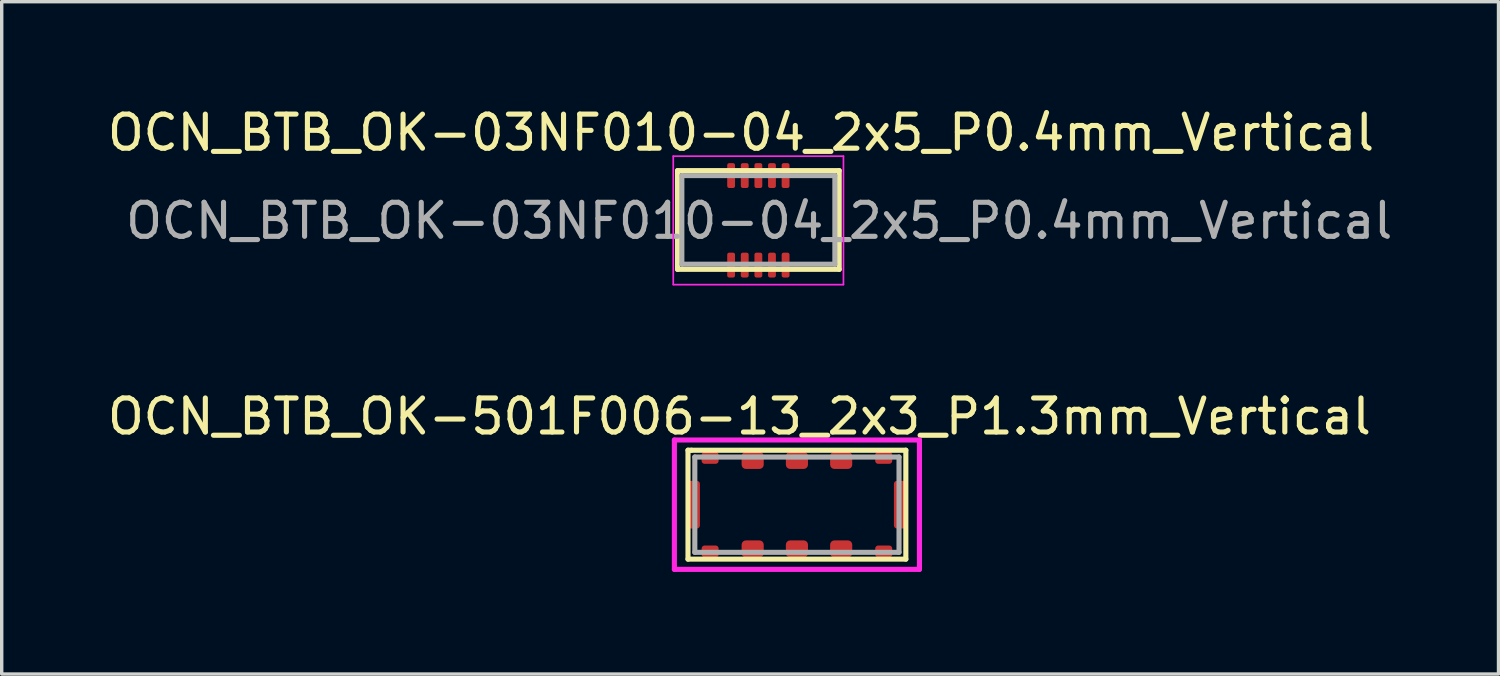
<source format=kicad_pcb>
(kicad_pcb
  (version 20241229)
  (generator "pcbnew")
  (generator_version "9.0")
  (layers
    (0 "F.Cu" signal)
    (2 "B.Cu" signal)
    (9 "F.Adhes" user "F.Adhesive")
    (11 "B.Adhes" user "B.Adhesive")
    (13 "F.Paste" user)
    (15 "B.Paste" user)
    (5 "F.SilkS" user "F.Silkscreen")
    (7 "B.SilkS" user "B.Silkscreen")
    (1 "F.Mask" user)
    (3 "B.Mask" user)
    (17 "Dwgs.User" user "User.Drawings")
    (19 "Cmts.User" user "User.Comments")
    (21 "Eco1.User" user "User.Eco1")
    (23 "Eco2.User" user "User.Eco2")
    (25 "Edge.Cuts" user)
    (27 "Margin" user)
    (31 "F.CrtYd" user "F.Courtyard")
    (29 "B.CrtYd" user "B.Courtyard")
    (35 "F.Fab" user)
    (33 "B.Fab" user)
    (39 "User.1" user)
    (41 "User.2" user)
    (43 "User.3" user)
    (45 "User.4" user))
  (footprint "OCN_BTB_OK-501F006-13_2x3_P1.3mm_Vertical"
    (layer "F.Cu")
    (at 20.363 11.777)
    (property "Reference" "OCN_BTB_OK-501F006-13_2x3_P1.3mm_Vertical" (at -1.69 -2.59 0) (layer "F.SilkS") (effects (font (size 1 1) (thickness 0.15))))
    (attr smd)
    (fp_line (start -3.2 -1.6) (end -3.1 -1.6) (stroke (width 0.15) (type solid)) (layer "F.SilkS"))
    (fp_line (start -3.2 1.6) (end -3.2 -1.6) (stroke (width 0.15) (type solid)) (layer "F.SilkS"))
    (fp_line (start -3.1 -1.6) (end 3.2 -1.6) (stroke (width 0.15) (type solid)) (layer "F.SilkS"))
    (fp_line (start 3.2 -1.6) (end 3.2 1.6) (stroke (width 0.15) (type solid)) (layer "F.SilkS"))
    (fp_line (start 3.2 1.6) (end -3.2 1.6) (stroke (width 0.15) (type solid)) (layer "F.SilkS"))
    (fp_line (start -3.6 -1.9) (end 3.6 -1.9) (stroke (width 0.15) (type solid)) (layer "F.CrtYd"))
    (fp_line (start -3.6 1.9) (end -3.6 -1.9) (stroke (width 0.15) (type solid)) (layer "F.CrtYd"))
    (fp_line (start 3.6 -1.9) (end 3.6 1.9) (stroke (width 0.15) (type solid)) (layer "F.CrtYd"))
    (fp_line (start 3.6 1.9) (end -3.6 1.9) (stroke (width 0.15) (type solid)) (layer "F.CrtYd"))
    (fp_line (start -3 -1.4) (end -3 1.4) (stroke (width 0.15) (type solid)) (layer "F.Fab"))
    (fp_line (start 3 -1.4) (end -3 -1.4) (stroke (width 0.15) (type solid)) (layer "F.Fab"))
    (fp_line (start 3 -1.4) (end 3 1.4) (stroke (width 0.15) (type solid)) (layer "F.Fab"))
    (fp_line (start 3 1.4) (end -3 1.4) (stroke (width 0.15) (type solid)) (layer "F.Fab"))
    (pad "1" smd roundrect (at -1.3 1.3) (size 0.65 0.5) (layers "F.Cu" "F.Mask" "F.Paste") (roundrect_rratio 0.25))
    (pad "2" smd roundrect (at 0 1.3) (size 0.65 0.5) (layers "F.Cu" "F.Mask" "F.Paste") (roundrect_rratio 0.25))
    (pad "3" smd roundrect (at 1.3 1.3) (size 0.65 0.5) (layers "F.Cu" "F.Mask" "F.Paste") (roundrect_rratio 0.25))
    (pad "4" smd roundrect (at 1.3 -1.3) (size 0.65 0.5) (layers "F.Cu" "F.Mask" "F.Paste") (roundrect_rratio 0.25))
    (pad "5" smd roundrect (at 0 -1.3) (size 0.65 0.5) (layers "F.Cu" "F.Mask" "F.Paste") (roundrect_rratio 0.25))
    (pad "6" smd roundrect (at -1.3 -1.3) (size 0.65 0.5) (layers "F.Cu" "F.Mask" "F.Paste") (roundrect_rratio 0.25))
    (pad "MP" smd roundrect (at -3.025 0) (size 0.35 1.4) (layers "F.Cu" "F.Mask" "F.Paste") (roundrect_rratio 0.25))
    (pad "MP" smd roundrect (at -2.55 -1.375) (size 0.5 0.35) (layers "F.Cu" "F.Mask" "F.Paste") (roundrect_rratio 0.25))
    (pad "MP" smd roundrect (at -2.55 1.375) (size 0.5 0.35) (layers "F.Cu" "F.Mask" "F.Paste") (roundrect_rratio 0.25))
    (pad "MP" smd roundrect (at 2.55 -1.375) (size 0.5 0.35) (layers "F.Cu" "F.Mask" "F.Paste") (roundrect_rratio 0.25))
    (pad "MP" smd roundrect (at 2.55 1.375) (size 0.5 0.35) (layers "F.Cu" "F.Mask" "F.Paste") (roundrect_rratio 0.25))
    (pad "MP" smd roundrect (at 3.025 0) (size 0.35 1.4) (layers "F.Cu" "F.Mask" "F.Paste") (roundrect_rratio 0.25)))
  (footprint "OCN_BTB_OK-03NF010-04_2x5_P0.4mm_Vertical"
    (layer "F.Cu")
    (at 19.23 3.338)
    (property "Reference" "OCN_BTB_OK-03NF010-04_2x5_P0.4mm_Vertical" (at -0.51 -2.49 0) (layer "F.SilkS") (effects (font (size 1 1) (thickness 0.15))))
    (attr smd)
    (fp_line (start -2.375 -1.375) (end 2.375 -1.375) (stroke (width 0.15) (type solid)) (layer "F.SilkS"))
    (fp_line (start -2.375 1.525) (end -2.375 -1.375) (stroke (width 0.15) (type solid)) (layer "F.SilkS"))
    (fp_line (start 2.375 -1.375) (end 2.375 1.525) (stroke (width 0.15) (type solid)) (layer "F.SilkS"))
    (fp_line (start 2.375 1.525) (end -2.375 1.525) (stroke (width 0.15) (type solid)) (layer "F.SilkS"))
    (fp_line (start -2.5 -1.8) (end 2.5 -1.8) (stroke (width 0.05) (type solid)) (layer "F.CrtYd"))
    (fp_line (start -2.5 1.97) (end -2.5 -1.8) (stroke (width 0.05) (type solid)) (layer "F.CrtYd"))
    (fp_line (start 2.5 1.97) (end 2.5 -1.8) (stroke (width 0.05) (type solid)) (layer "F.CrtYd"))
    (fp_line (start 2.5 1.975) (end -2.5 1.975) (stroke (width 0.05) (type solid)) (layer "F.CrtYd"))
    (fp_line (start -2.248 -1.229) (end 2.248 -1.229) (stroke (width 0.15) (type solid)) (layer "F.Fab"))
    (fp_line (start -2.248 1.375) (end -2.248 -1.229) (stroke (width 0.15) (type solid)) (layer "F.Fab"))
    (fp_line (start 2.248 -1.229) (end 2.248 1.375) (stroke (width 0.15) (type solid)) (layer "F.Fab"))
    (fp_line (start 2.248 1.375) (end -2.248 1.375) (stroke (width 0.15) (type solid)) (layer "F.Fab"))
    (fp_text user "${REFERENCE}" (at 0.025 0.1 0) (layer "F.Fab") (effects (font (size 1 1) (thickness 0.15))))
    (pad "1" smd roundrect (at -0.8 1.4 90) (size 0.73 0.23) (layers "F.Cu" "F.Mask" "F.Paste") (roundrect_rratio 0.25))
    (pad "2" smd roundrect (at -0.4 1.4 90) (size 0.73 0.23) (layers "F.Cu" "F.Mask" "F.Paste") (roundrect_rratio 0.25))
    (pad "3" smd roundrect (at 0 1.4 90) (size 0.73 0.23) (layers "F.Cu" "F.Mask" "F.Paste") (roundrect_rratio 0.25))
    (pad "4" smd roundrect (at 0.4 1.4 90) (size 0.73 0.23) (layers "F.Cu" "F.Mask" "F.Paste") (roundrect_rratio 0.25))
    (pad "5" smd roundrect (at 0.8 1.4 90) (size 0.73 0.23) (layers "F.Cu" "F.Mask" "F.Paste") (roundrect_rratio 0.25))
    (pad "6" smd roundrect (at 0.8 -1.23 90) (size 0.73 0.23) (layers "F.Cu" "F.Mask" "F.Paste") (roundrect_rratio 0.25))
    (pad "7" smd roundrect (at 0.4 -1.23 90) (size 0.73 0.23) (layers "F.Cu" "F.Mask" "F.Paste") (roundrect_rratio 0.25))
    (pad "8" smd roundrect (at 0 -1.23 90) (size 0.73 0.23) (layers "F.Cu" "F.Mask" "F.Paste") (roundrect_rratio 0.25))
    (pad "9" smd roundrect (at -0.4 -1.23 90) (size 0.73 0.23) (layers "F.Cu" "F.Mask" "F.Paste") (roundrect_rratio 0.25))
    (pad "10" smd roundrect (at -0.8 -1.23 90) (size 0.73 0.23) (layers "F.Cu" "F.Mask" "F.Paste") (roundrect_rratio 0.25)))
  (gr_rect
    (start -3 -3)
    (end 40.975 16.752)
    (stroke (width 0.1) (type default))
    (fill no)
    (layer "Edge.Cuts")))
</source>
